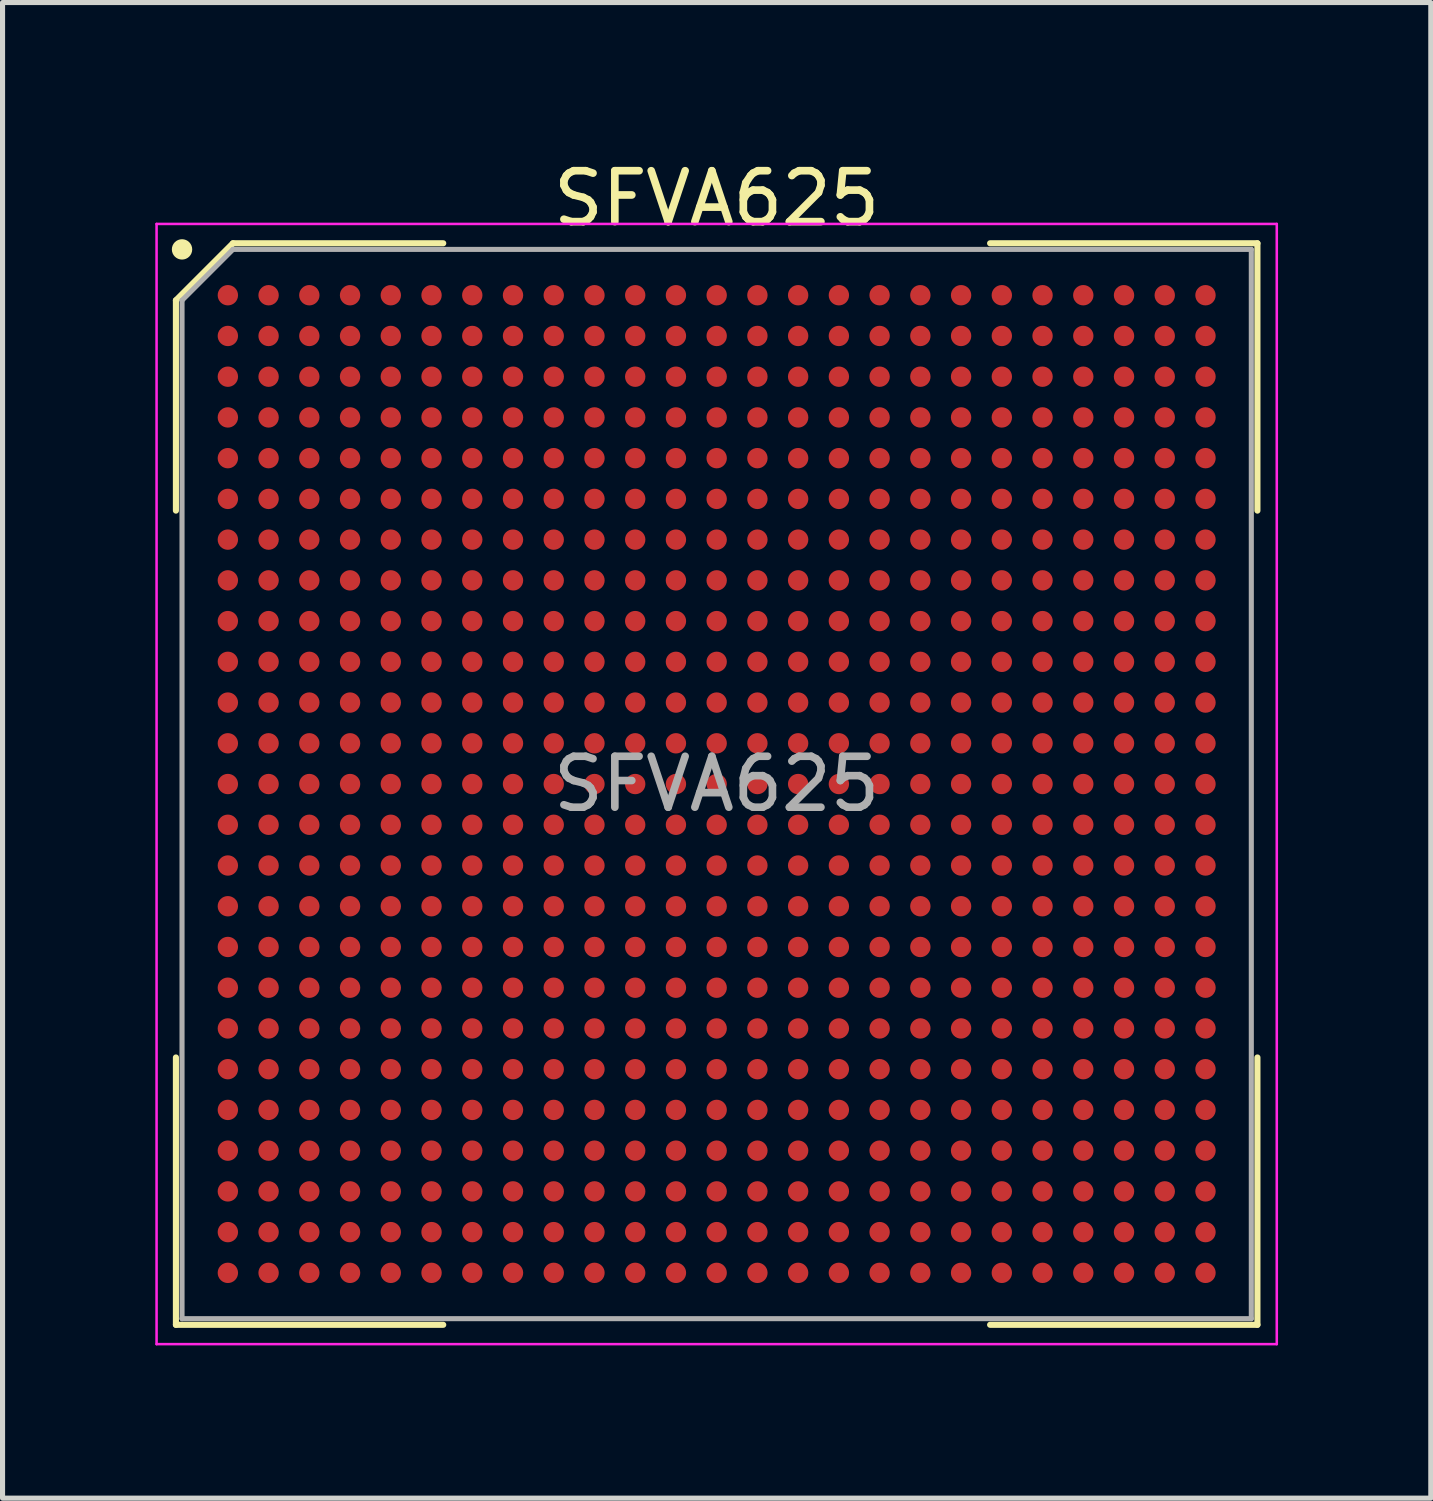
<source format=kicad_pcb>
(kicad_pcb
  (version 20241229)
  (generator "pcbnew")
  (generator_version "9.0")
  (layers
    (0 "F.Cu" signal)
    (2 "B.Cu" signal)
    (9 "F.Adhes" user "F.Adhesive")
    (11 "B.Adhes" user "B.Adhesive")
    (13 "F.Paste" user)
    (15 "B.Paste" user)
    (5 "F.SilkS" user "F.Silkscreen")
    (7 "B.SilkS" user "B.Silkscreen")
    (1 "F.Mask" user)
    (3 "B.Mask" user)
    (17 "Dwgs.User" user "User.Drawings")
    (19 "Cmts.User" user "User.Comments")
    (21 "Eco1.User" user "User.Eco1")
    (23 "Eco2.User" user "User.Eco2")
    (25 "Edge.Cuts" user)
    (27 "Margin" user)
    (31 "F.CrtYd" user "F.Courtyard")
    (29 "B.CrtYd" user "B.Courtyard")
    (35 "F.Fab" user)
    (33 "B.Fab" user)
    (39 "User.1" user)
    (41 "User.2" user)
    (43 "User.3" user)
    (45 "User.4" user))
  (footprint "SFVA625"
    (layer "F.Cu")
    (at 11.025 12.348)
    (property "Reference" "SFVA625" (at 0 -11.5 0) (layer "F.SilkS") (effects (font (size 1 1) (thickness 0.15))))
    (attr smd)
    (fp_line (start -10.62 -9.5) (end -10.62 -5.37) (stroke (width 0.12) (type default)) (layer "F.SilkS"))
    (fp_line (start -10.62 10.62) (end -10.62 5.37) (stroke (width 0.12) (type default)) (layer "F.SilkS"))
    (fp_line (start -9.5 -10.62) (end -10.62 -9.5) (stroke (width 0.12) (type default)) (layer "F.SilkS"))
    (fp_line (start -5.37 -10.62) (end -9.5 -10.62) (stroke (width 0.12) (type default)) (layer "F.SilkS"))
    (fp_line (start -5.37 10.62) (end -10.62 10.62) (stroke (width 0.12) (type default)) (layer "F.SilkS"))
    (fp_line (start 5.37 -10.62) (end 10.62 -10.62) (stroke (width 0.12) (type default)) (layer "F.SilkS"))
    (fp_line (start 5.37 10.62) (end 10.62 10.62) (stroke (width 0.12) (type default)) (layer "F.SilkS"))
    (fp_line (start 10.62 -10.62) (end 10.62 -5.37) (stroke (width 0.12) (type default)) (layer "F.SilkS"))
    (fp_line (start 10.62 10.62) (end 10.62 5.37) (stroke (width 0.12) (type default)) (layer "F.SilkS"))
    (fp_circle (center -10.5 -10.5) (end -10.5 -10.4) (stroke (width 0.2) (type default)) (fill no) (layer "F.SilkS"))
    (fp_line (start -11 -11) (end 11 -11) (stroke (width 0.05) (type default)) (layer "F.CrtYd"))
    (fp_line (start -11 11) (end -11 -11) (stroke (width 0.05) (type default)) (layer "F.CrtYd"))
    (fp_line (start 11 -11) (end 11 11) (stroke (width 0.05) (type default)) (layer "F.CrtYd"))
    (fp_line (start 11 11) (end -11 11) (stroke (width 0.05) (type default)) (layer "F.CrtYd"))
    (fp_line (start -10.5 -9.5) (end -10.5 10.5) (stroke (width 0.1) (type default)) (layer "F.Fab"))
    (fp_line (start -10.5 10.5) (end 10.5 10.5) (stroke (width 0.1) (type default)) (layer "F.Fab"))
    (fp_line (start -9.5 -10.5) (end -10.5 -9.5) (stroke (width 0.1) (type default)) (layer "F.Fab"))
    (fp_line (start 10.5 -10.5) (end -9.5 -10.5) (stroke (width 0.1) (type default)) (layer "F.Fab"))
    (fp_line (start 10.5 10.5) (end 10.5 -10.5) (stroke (width 0.1) (type default)) (layer "F.Fab"))
    (fp_text user "${REFERENCE}" (at 0 0 0) (layer "F.Fab") (effects (font (size 1 1) (thickness 0.15))))
    (pad "A1" smd circle (at -9.6 -9.6) (size 0.4 0.4) (layers "F.Cu" "F.Mask" "F.Paste"))
    (pad "A2" smd circle (at -8.8 -9.6) (size 0.4 0.4) (layers "F.Cu" "F.Mask" "F.Paste"))
    (pad "A3" smd circle (at -8 -9.6) (size 0.4 0.4) (layers "F.Cu" "F.Mask" "F.Paste"))
    (pad "A4" smd circle (at -7.2 -9.6) (size 0.4 0.4) (layers "F.Cu" "F.Mask" "F.Paste"))
    (pad "A5" smd circle (at -6.4 -9.6) (size 0.4 0.4) (layers "F.Cu" "F.Mask" "F.Paste"))
    (pad "A6" smd circle (at -5.6 -9.6) (size 0.4 0.4) (layers "F.Cu" "F.Mask" "F.Paste"))
    (pad "A7" smd circle (at -4.8 -9.6) (size 0.4 0.4) (layers "F.Cu" "F.Mask" "F.Paste"))
    (pad "A8" smd circle (at -4 -9.6) (size 0.4 0.4) (layers "F.Cu" "F.Mask" "F.Paste"))
    (pad "A9" smd circle (at -3.2 -9.6) (size 0.4 0.4) (layers "F.Cu" "F.Mask" "F.Paste"))
    (pad "A10" smd circle (at -2.4 -9.6) (size 0.4 0.4) (layers "F.Cu" "F.Mask" "F.Paste"))
    (pad "A11" smd circle (at -1.6 -9.6) (size 0.4 0.4) (layers "F.Cu" "F.Mask" "F.Paste"))
    (pad "A12" smd circle (at -0.8 -9.6) (size 0.4 0.4) (layers "F.Cu" "F.Mask" "F.Paste"))
    (pad "A13" smd circle (at 0 -9.6) (size 0.4 0.4) (layers "F.Cu" "F.Mask" "F.Paste"))
    (pad "A14" smd circle (at 0.8 -9.6) (size 0.4 0.4) (layers "F.Cu" "F.Mask" "F.Paste"))
    (pad "A15" smd circle (at 1.6 -9.6) (size 0.4 0.4) (layers "F.Cu" "F.Mask" "F.Paste"))
    (pad "A16" smd circle (at 2.4 -9.6) (size 0.4 0.4) (layers "F.Cu" "F.Mask" "F.Paste"))
    (pad "A17" smd circle (at 3.2 -9.6) (size 0.4 0.4) (layers "F.Cu" "F.Mask" "F.Paste"))
    (pad "A18" smd circle (at 4 -9.6) (size 0.4 0.4) (layers "F.Cu" "F.Mask" "F.Paste"))
    (pad "A19" smd circle (at 4.8 -9.6) (size 0.4 0.4) (layers "F.Cu" "F.Mask" "F.Paste"))
    (pad "A20" smd circle (at 5.6 -9.6) (size 0.4 0.4) (layers "F.Cu" "F.Mask" "F.Paste"))
    (pad "A21" smd circle (at 6.4 -9.6) (size 0.4 0.4) (layers "F.Cu" "F.Mask" "F.Paste"))
    (pad "A22" smd circle (at 7.2 -9.6) (size 0.4 0.4) (layers "F.Cu" "F.Mask" "F.Paste"))
    (pad "A23" smd circle (at 8 -9.6) (size 0.4 0.4) (layers "F.Cu" "F.Mask" "F.Paste"))
    (pad "A24" smd circle (at 8.8 -9.6) (size 0.4 0.4) (layers "F.Cu" "F.Mask" "F.Paste"))
    (pad "A25" smd circle (at 9.6 -9.6) (size 0.4 0.4) (layers "F.Cu" "F.Mask" "F.Paste"))
    (pad "AA1" smd circle (at -9.6 6.4) (size 0.4 0.4) (layers "F.Cu" "F.Mask" "F.Paste"))
    (pad "AA2" smd circle (at -8.8 6.4) (size 0.4 0.4) (layers "F.Cu" "F.Mask" "F.Paste"))
    (pad "AA3" smd circle (at -8 6.4) (size 0.4 0.4) (layers "F.Cu" "F.Mask" "F.Paste"))
    (pad "AA4" smd circle (at -7.2 6.4) (size 0.4 0.4) (layers "F.Cu" "F.Mask" "F.Paste"))
    (pad "AA5" smd circle (at -6.4 6.4) (size 0.4 0.4) (layers "F.Cu" "F.Mask" "F.Paste"))
    (pad "AA6" smd circle (at -5.6 6.4) (size 0.4 0.4) (layers "F.Cu" "F.Mask" "F.Paste"))
    (pad "AA7" smd circle (at -4.8 6.4) (size 0.4 0.4) (layers "F.Cu" "F.Mask" "F.Paste"))
    (pad "AA8" smd circle (at -4 6.4) (size 0.4 0.4) (layers "F.Cu" "F.Mask" "F.Paste"))
    (pad "AA9" smd circle (at -3.2 6.4) (size 0.4 0.4) (layers "F.Cu" "F.Mask" "F.Paste"))
    (pad "AA10" smd circle (at -2.4 6.4) (size 0.4 0.4) (layers "F.Cu" "F.Mask" "F.Paste"))
    (pad "AA11" smd circle (at -1.6 6.4) (size 0.4 0.4) (layers "F.Cu" "F.Mask" "F.Paste"))
    (pad "AA12" smd circle (at -0.8 6.4) (size 0.4 0.4) (layers "F.Cu" "F.Mask" "F.Paste"))
    (pad "AA13" smd circle (at 0 6.4) (size 0.4 0.4) (layers "F.Cu" "F.Mask" "F.Paste"))
    (pad "AA14" smd circle (at 0.8 6.4) (size 0.4 0.4) (layers "F.Cu" "F.Mask" "F.Paste"))
    (pad "AA15" smd circle (at 1.6 6.4) (size 0.4 0.4) (layers "F.Cu" "F.Mask" "F.Paste"))
    (pad "AA16" smd circle (at 2.4 6.4) (size 0.4 0.4) (layers "F.Cu" "F.Mask" "F.Paste"))
    (pad "AA17" smd circle (at 3.2 6.4) (size 0.4 0.4) (layers "F.Cu" "F.Mask" "F.Paste"))
    (pad "AA18" smd circle (at 4 6.4) (size 0.4 0.4) (layers "F.Cu" "F.Mask" "F.Paste"))
    (pad "AA19" smd circle (at 4.8 6.4) (size 0.4 0.4) (layers "F.Cu" "F.Mask" "F.Paste"))
    (pad "AA20" smd circle (at 5.6 6.4) (size 0.4 0.4) (layers "F.Cu" "F.Mask" "F.Paste"))
    (pad "AA21" smd circle (at 6.4 6.4) (size 0.4 0.4) (layers "F.Cu" "F.Mask" "F.Paste"))
    (pad "AA22" smd circle (at 7.2 6.4) (size 0.4 0.4) (layers "F.Cu" "F.Mask" "F.Paste"))
    (pad "AA23" smd circle (at 8 6.4) (size 0.4 0.4) (layers "F.Cu" "F.Mask" "F.Paste"))
    (pad "AA24" smd circle (at 8.8 6.4) (size 0.4 0.4) (layers "F.Cu" "F.Mask" "F.Paste"))
    (pad "AA25" smd circle (at 9.6 6.4) (size 0.4 0.4) (layers "F.Cu" "F.Mask" "F.Paste"))
    (pad "AB1" smd circle (at -9.6 7.2) (size 0.4 0.4) (layers "F.Cu" "F.Mask" "F.Paste"))
    (pad "AB2" smd circle (at -8.8 7.2) (size 0.4 0.4) (layers "F.Cu" "F.Mask" "F.Paste"))
    (pad "AB3" smd circle (at -8 7.2) (size 0.4 0.4) (layers "F.Cu" "F.Mask" "F.Paste"))
    (pad "AB4" smd circle (at -7.2 7.2) (size 0.4 0.4) (layers "F.Cu" "F.Mask" "F.Paste"))
    (pad "AB5" smd circle (at -6.4 7.2) (size 0.4 0.4) (layers "F.Cu" "F.Mask" "F.Paste"))
    (pad "AB6" smd circle (at -5.6 7.2) (size 0.4 0.4) (layers "F.Cu" "F.Mask" "F.Paste"))
    (pad "AB7" smd circle (at -4.8 7.2) (size 0.4 0.4) (layers "F.Cu" "F.Mask" "F.Paste"))
    (pad "AB8" smd circle (at -4 7.2) (size 0.4 0.4) (layers "F.Cu" "F.Mask" "F.Paste"))
    (pad "AB9" smd circle (at -3.2 7.2) (size 0.4 0.4) (layers "F.Cu" "F.Mask" "F.Paste"))
    (pad "AB10" smd circle (at -2.4 7.2) (size 0.4 0.4) (layers "F.Cu" "F.Mask" "F.Paste"))
    (pad "AB11" smd circle (at -1.6 7.2) (size 0.4 0.4) (layers "F.Cu" "F.Mask" "F.Paste"))
    (pad "AB12" smd circle (at -0.8 7.2) (size 0.4 0.4) (layers "F.Cu" "F.Mask" "F.Paste"))
    (pad "AB13" smd circle (at 0 7.2) (size 0.4 0.4) (layers "F.Cu" "F.Mask" "F.Paste"))
    (pad "AB14" smd circle (at 0.8 7.2) (size 0.4 0.4) (layers "F.Cu" "F.Mask" "F.Paste"))
    (pad "AB15" smd circle (at 1.6 7.2) (size 0.4 0.4) (layers "F.Cu" "F.Mask" "F.Paste"))
    (pad "AB16" smd circle (at 2.4 7.2) (size 0.4 0.4) (layers "F.Cu" "F.Mask" "F.Paste"))
    (pad "AB17" smd circle (at 3.2 7.2) (size 0.4 0.4) (layers "F.Cu" "F.Mask" "F.Paste"))
    (pad "AB18" smd circle (at 4 7.2) (size 0.4 0.4) (layers "F.Cu" "F.Mask" "F.Paste"))
    (pad "AB19" smd circle (at 4.8 7.2) (size 0.4 0.4) (layers "F.Cu" "F.Mask" "F.Paste"))
    (pad "AB20" smd circle (at 5.6 7.2) (size 0.4 0.4) (layers "F.Cu" "F.Mask" "F.Paste"))
    (pad "AB21" smd circle (at 6.4 7.2) (size 0.4 0.4) (layers "F.Cu" "F.Mask" "F.Paste"))
    (pad "AB22" smd circle (at 7.2 7.2) (size 0.4 0.4) (layers "F.Cu" "F.Mask" "F.Paste"))
    (pad "AB23" smd circle (at 8 7.2) (size 0.4 0.4) (layers "F.Cu" "F.Mask" "F.Paste"))
    (pad "AB24" smd circle (at 8.8 7.2) (size 0.4 0.4) (layers "F.Cu" "F.Mask" "F.Paste"))
    (pad "AB25" smd circle (at 9.6 7.2) (size 0.4 0.4) (layers "F.Cu" "F.Mask" "F.Paste"))
    (pad "AC1" smd circle (at -9.6 8) (size 0.4 0.4) (layers "F.Cu" "F.Mask" "F.Paste"))
    (pad "AC2" smd circle (at -8.8 8) (size 0.4 0.4) (layers "F.Cu" "F.Mask" "F.Paste"))
    (pad "AC3" smd circle (at -8 8) (size 0.4 0.4) (layers "F.Cu" "F.Mask" "F.Paste"))
    (pad "AC4" smd circle (at -7.2 8) (size 0.4 0.4) (layers "F.Cu" "F.Mask" "F.Paste"))
    (pad "AC5" smd circle (at -6.4 8) (size 0.4 0.4) (layers "F.Cu" "F.Mask" "F.Paste"))
    (pad "AC6" smd circle (at -5.6 8) (size 0.4 0.4) (layers "F.Cu" "F.Mask" "F.Paste"))
    (pad "AC7" smd circle (at -4.8 8) (size 0.4 0.4) (layers "F.Cu" "F.Mask" "F.Paste"))
    (pad "AC8" smd circle (at -4 8) (size 0.4 0.4) (layers "F.Cu" "F.Mask" "F.Paste"))
    (pad "AC9" smd circle (at -3.2 8) (size 0.4 0.4) (layers "F.Cu" "F.Mask" "F.Paste"))
    (pad "AC10" smd circle (at -2.4 8) (size 0.4 0.4) (layers "F.Cu" "F.Mask" "F.Paste"))
    (pad "AC11" smd circle (at -1.6 8) (size 0.4 0.4) (layers "F.Cu" "F.Mask" "F.Paste"))
    (pad "AC12" smd circle (at -0.8 8) (size 0.4 0.4) (layers "F.Cu" "F.Mask" "F.Paste"))
    (pad "AC13" smd circle (at 0 8) (size 0.4 0.4) (layers "F.Cu" "F.Mask" "F.Paste"))
    (pad "AC14" smd circle (at 0.8 8) (size 0.4 0.4) (layers "F.Cu" "F.Mask" "F.Paste"))
    (pad "AC15" smd circle (at 1.6 8) (size 0.4 0.4) (layers "F.Cu" "F.Mask" "F.Paste"))
    (pad "AC16" smd circle (at 2.4 8) (size 0.4 0.4) (layers "F.Cu" "F.Mask" "F.Paste"))
    (pad "AC17" smd circle (at 3.2 8) (size 0.4 0.4) (layers "F.Cu" "F.Mask" "F.Paste"))
    (pad "AC18" smd circle (at 4 8) (size 0.4 0.4) (layers "F.Cu" "F.Mask" "F.Paste"))
    (pad "AC19" smd circle (at 4.8 8) (size 0.4 0.4) (layers "F.Cu" "F.Mask" "F.Paste"))
    (pad "AC20" smd circle (at 5.6 8) (size 0.4 0.4) (layers "F.Cu" "F.Mask" "F.Paste"))
    (pad "AC21" smd circle (at 6.4 8) (size 0.4 0.4) (layers "F.Cu" "F.Mask" "F.Paste"))
    (pad "AC22" smd circle (at 7.2 8) (size 0.4 0.4) (layers "F.Cu" "F.Mask" "F.Paste"))
    (pad "AC23" smd circle (at 8 8) (size 0.4 0.4) (layers "F.Cu" "F.Mask" "F.Paste"))
    (pad "AC24" smd circle (at 8.8 8) (size 0.4 0.4) (layers "F.Cu" "F.Mask" "F.Paste"))
    (pad "AC25" smd circle (at 9.6 8) (size 0.4 0.4) (layers "F.Cu" "F.Mask" "F.Paste"))
    (pad "AD1" smd circle (at -9.6 8.8) (size 0.4 0.4) (layers "F.Cu" "F.Mask" "F.Paste"))
    (pad "AD2" smd circle (at -8.8 8.8) (size 0.4 0.4) (layers "F.Cu" "F.Mask" "F.Paste"))
    (pad "AD3" smd circle (at -8 8.8) (size 0.4 0.4) (layers "F.Cu" "F.Mask" "F.Paste"))
    (pad "AD4" smd circle (at -7.2 8.8) (size 0.4 0.4) (layers "F.Cu" "F.Mask" "F.Paste"))
    (pad "AD5" smd circle (at -6.4 8.8) (size 0.4 0.4) (layers "F.Cu" "F.Mask" "F.Paste"))
    (pad "AD6" smd circle (at -5.6 8.8) (size 0.4 0.4) (layers "F.Cu" "F.Mask" "F.Paste"))
    (pad "AD7" smd circle (at -4.8 8.8) (size 0.4 0.4) (layers "F.Cu" "F.Mask" "F.Paste"))
    (pad "AD8" smd circle (at -4 8.8) (size 0.4 0.4) (layers "F.Cu" "F.Mask" "F.Paste"))
    (pad "AD9" smd circle (at -3.2 8.8) (size 0.4 0.4) (layers "F.Cu" "F.Mask" "F.Paste"))
    (pad "AD10" smd circle (at -2.4 8.8) (size 0.4 0.4) (layers "F.Cu" "F.Mask" "F.Paste"))
    (pad "AD11" smd circle (at -1.6 8.8) (size 0.4 0.4) (layers "F.Cu" "F.Mask" "F.Paste"))
    (pad "AD12" smd circle (at -0.8 8.8) (size 0.4 0.4) (layers "F.Cu" "F.Mask" "F.Paste"))
    (pad "AD13" smd circle (at 0 8.8) (size 0.4 0.4) (layers "F.Cu" "F.Mask" "F.Paste"))
    (pad "AD14" smd circle (at 0.8 8.8) (size 0.4 0.4) (layers "F.Cu" "F.Mask" "F.Paste"))
    (pad "AD15" smd circle (at 1.6 8.8) (size 0.4 0.4) (layers "F.Cu" "F.Mask" "F.Paste"))
    (pad "AD16" smd circle (at 2.4 8.8) (size 0.4 0.4) (layers "F.Cu" "F.Mask" "F.Paste"))
    (pad "AD17" smd circle (at 3.2 8.8) (size 0.4 0.4) (layers "F.Cu" "F.Mask" "F.Paste"))
    (pad "AD18" smd circle (at 4 8.8) (size 0.4 0.4) (layers "F.Cu" "F.Mask" "F.Paste"))
    (pad "AD19" smd circle (at 4.8 8.8) (size 0.4 0.4) (layers "F.Cu" "F.Mask" "F.Paste"))
    (pad "AD20" smd circle (at 5.6 8.8) (size 0.4 0.4) (layers "F.Cu" "F.Mask" "F.Paste"))
    (pad "AD21" smd circle (at 6.4 8.8) (size 0.4 0.4) (layers "F.Cu" "F.Mask" "F.Paste"))
    (pad "AD22" smd circle (at 7.2 8.8) (size 0.4 0.4) (layers "F.Cu" "F.Mask" "F.Paste"))
    (pad "AD23" smd circle (at 8 8.8) (size 0.4 0.4) (layers "F.Cu" "F.Mask" "F.Paste"))
    (pad "AD24" smd circle (at 8.8 8.8) (size 0.4 0.4) (layers "F.Cu" "F.Mask" "F.Paste"))
    (pad "AD25" smd circle (at 9.6 8.8) (size 0.4 0.4) (layers "F.Cu" "F.Mask" "F.Paste"))
    (pad "AE1" smd circle (at -9.6 9.6) (size 0.4 0.4) (layers "F.Cu" "F.Mask" "F.Paste"))
    (pad "AE2" smd circle (at -8.8 9.6) (size 0.4 0.4) (layers "F.Cu" "F.Mask" "F.Paste"))
    (pad "AE3" smd circle (at -8 9.6) (size 0.4 0.4) (layers "F.Cu" "F.Mask" "F.Paste"))
    (pad "AE4" smd circle (at -7.2 9.6) (size 0.4 0.4) (layers "F.Cu" "F.Mask" "F.Paste"))
    (pad "AE5" smd circle (at -6.4 9.6) (size 0.4 0.4) (layers "F.Cu" "F.Mask" "F.Paste"))
    (pad "AE6" smd circle (at -5.6 9.6) (size 0.4 0.4) (layers "F.Cu" "F.Mask" "F.Paste"))
    (pad "AE7" smd circle (at -4.8 9.6) (size 0.4 0.4) (layers "F.Cu" "F.Mask" "F.Paste"))
    (pad "AE8" smd circle (at -4 9.6) (size 0.4 0.4) (layers "F.Cu" "F.Mask" "F.Paste"))
    (pad "AE9" smd circle (at -3.2 9.6) (size 0.4 0.4) (layers "F.Cu" "F.Mask" "F.Paste"))
    (pad "AE10" smd circle (at -2.4 9.6) (size 0.4 0.4) (layers "F.Cu" "F.Mask" "F.Paste"))
    (pad "AE11" smd circle (at -1.6 9.6) (size 0.4 0.4) (layers "F.Cu" "F.Mask" "F.Paste"))
    (pad "AE12" smd circle (at -0.8 9.6) (size 0.4 0.4) (layers "F.Cu" "F.Mask" "F.Paste"))
    (pad "AE13" smd circle (at 0 9.6) (size 0.4 0.4) (layers "F.Cu" "F.Mask" "F.Paste"))
    (pad "AE14" smd circle (at 0.8 9.6) (size 0.4 0.4) (layers "F.Cu" "F.Mask" "F.Paste"))
    (pad "AE15" smd circle (at 1.6 9.6) (size 0.4 0.4) (layers "F.Cu" "F.Mask" "F.Paste"))
    (pad "AE16" smd circle (at 2.4 9.6) (size 0.4 0.4) (layers "F.Cu" "F.Mask" "F.Paste"))
    (pad "AE17" smd circle (at 3.2 9.6) (size 0.4 0.4) (layers "F.Cu" "F.Mask" "F.Paste"))
    (pad "AE18" smd circle (at 4 9.6) (size 0.4 0.4) (layers "F.Cu" "F.Mask" "F.Paste"))
    (pad "AE19" smd circle (at 4.8 9.6) (size 0.4 0.4) (layers "F.Cu" "F.Mask" "F.Paste"))
    (pad "AE20" smd circle (at 5.6 9.6) (size 0.4 0.4) (layers "F.Cu" "F.Mask" "F.Paste"))
    (pad "AE21" smd circle (at 6.4 9.6) (size 0.4 0.4) (layers "F.Cu" "F.Mask" "F.Paste"))
    (pad "AE22" smd circle (at 7.2 9.6) (size 0.4 0.4) (layers "F.Cu" "F.Mask" "F.Paste"))
    (pad "AE23" smd circle (at 8 9.6) (size 0.4 0.4) (layers "F.Cu" "F.Mask" "F.Paste"))
    (pad "AE24" smd circle (at 8.8 9.6) (size 0.4 0.4) (layers "F.Cu" "F.Mask" "F.Paste"))
    (pad "AE25" smd circle (at 9.6 9.6) (size 0.4 0.4) (layers "F.Cu" "F.Mask" "F.Paste"))
    (pad "B1" smd circle (at -9.6 -8.8) (size 0.4 0.4) (layers "F.Cu" "F.Mask" "F.Paste"))
    (pad "B2" smd circle (at -8.8 -8.8) (size 0.4 0.4) (layers "F.Cu" "F.Mask" "F.Paste"))
    (pad "B3" smd circle (at -8 -8.8) (size 0.4 0.4) (layers "F.Cu" "F.Mask" "F.Paste"))
    (pad "B4" smd circle (at -7.2 -8.8) (size 0.4 0.4) (layers "F.Cu" "F.Mask" "F.Paste"))
    (pad "B5" smd circle (at -6.4 -8.8) (size 0.4 0.4) (layers "F.Cu" "F.Mask" "F.Paste"))
    (pad "B6" smd circle (at -5.6 -8.8) (size 0.4 0.4) (layers "F.Cu" "F.Mask" "F.Paste"))
    (pad "B7" smd circle (at -4.8 -8.8) (size 0.4 0.4) (layers "F.Cu" "F.Mask" "F.Paste"))
    (pad "B8" smd circle (at -4 -8.8) (size 0.4 0.4) (layers "F.Cu" "F.Mask" "F.Paste"))
    (pad "B9" smd circle (at -3.2 -8.8) (size 0.4 0.4) (layers "F.Cu" "F.Mask" "F.Paste"))
    (pad "B10" smd circle (at -2.4 -8.8) (size 0.4 0.4) (layers "F.Cu" "F.Mask" "F.Paste"))
    (pad "B11" smd circle (at -1.6 -8.8) (size 0.4 0.4) (layers "F.Cu" "F.Mask" "F.Paste"))
    (pad "B12" smd circle (at -0.8 -8.8) (size 0.4 0.4) (layers "F.Cu" "F.Mask" "F.Paste"))
    (pad "B13" smd circle (at 0 -8.8) (size 0.4 0.4) (layers "F.Cu" "F.Mask" "F.Paste"))
    (pad "B14" smd circle (at 0.8 -8.8) (size 0.4 0.4) (layers "F.Cu" "F.Mask" "F.Paste"))
    (pad "B15" smd circle (at 1.6 -8.8) (size 0.4 0.4) (layers "F.Cu" "F.Mask" "F.Paste"))
    (pad "B16" smd circle (at 2.4 -8.8) (size 0.4 0.4) (layers "F.Cu" "F.Mask" "F.Paste"))
    (pad "B17" smd circle (at 3.2 -8.8) (size 0.4 0.4) (layers "F.Cu" "F.Mask" "F.Paste"))
    (pad "B18" smd circle (at 4 -8.8) (size 0.4 0.4) (layers "F.Cu" "F.Mask" "F.Paste"))
    (pad "B19" smd circle (at 4.8 -8.8) (size 0.4 0.4) (layers "F.Cu" "F.Mask" "F.Paste"))
    (pad "B20" smd circle (at 5.6 -8.8) (size 0.4 0.4) (layers "F.Cu" "F.Mask" "F.Paste"))
    (pad "B21" smd circle (at 6.4 -8.8) (size 0.4 0.4) (layers "F.Cu" "F.Mask" "F.Paste"))
    (pad "B22" smd circle (at 7.2 -8.8) (size 0.4 0.4) (layers "F.Cu" "F.Mask" "F.Paste"))
    (pad "B23" smd circle (at 8 -8.8) (size 0.4 0.4) (layers "F.Cu" "F.Mask" "F.Paste"))
    (pad "B24" smd circle (at 8.8 -8.8) (size 0.4 0.4) (layers "F.Cu" "F.Mask" "F.Paste"))
    (pad "B25" smd circle (at 9.6 -8.8) (size 0.4 0.4) (layers "F.Cu" "F.Mask" "F.Paste"))
    (pad "C1" smd circle (at -9.6 -8) (size 0.4 0.4) (layers "F.Cu" "F.Mask" "F.Paste"))
    (pad "C2" smd circle (at -8.8 -8) (size 0.4 0.4) (layers "F.Cu" "F.Mask" "F.Paste"))
    (pad "C3" smd circle (at -8 -8) (size 0.4 0.4) (layers "F.Cu" "F.Mask" "F.Paste"))
    (pad "C4" smd circle (at -7.2 -8) (size 0.4 0.4) (layers "F.Cu" "F.Mask" "F.Paste"))
    (pad "C5" smd circle (at -6.4 -8) (size 0.4 0.4) (layers "F.Cu" "F.Mask" "F.Paste"))
    (pad "C6" smd circle (at -5.6 -8) (size 0.4 0.4) (layers "F.Cu" "F.Mask" "F.Paste"))
    (pad "C7" smd circle (at -4.8 -8) (size 0.4 0.4) (layers "F.Cu" "F.Mask" "F.Paste"))
    (pad "C8" smd circle (at -4 -8) (size 0.4 0.4) (layers "F.Cu" "F.Mask" "F.Paste"))
    (pad "C9" smd circle (at -3.2 -8) (size 0.4 0.4) (layers "F.Cu" "F.Mask" "F.Paste"))
    (pad "C10" smd circle (at -2.4 -8) (size 0.4 0.4) (layers "F.Cu" "F.Mask" "F.Paste"))
    (pad "C11" smd circle (at -1.6 -8) (size 0.4 0.4) (layers "F.Cu" "F.Mask" "F.Paste"))
    (pad "C12" smd circle (at -0.8 -8) (size 0.4 0.4) (layers "F.Cu" "F.Mask" "F.Paste"))
    (pad "C13" smd circle (at 0 -8) (size 0.4 0.4) (layers "F.Cu" "F.Mask" "F.Paste"))
    (pad "C14" smd circle (at 0.8 -8) (size 0.4 0.4) (layers "F.Cu" "F.Mask" "F.Paste"))
    (pad "C15" smd circle (at 1.6 -8) (size 0.4 0.4) (layers "F.Cu" "F.Mask" "F.Paste"))
    (pad "C16" smd circle (at 2.4 -8) (size 0.4 0.4) (layers "F.Cu" "F.Mask" "F.Paste"))
    (pad "C17" smd circle (at 3.2 -8) (size 0.4 0.4) (layers "F.Cu" "F.Mask" "F.Paste"))
    (pad "C18" smd circle (at 4 -8) (size 0.4 0.4) (layers "F.Cu" "F.Mask" "F.Paste"))
    (pad "C19" smd circle (at 4.8 -8) (size 0.4 0.4) (layers "F.Cu" "F.Mask" "F.Paste"))
    (pad "C20" smd circle (at 5.6 -8) (size 0.4 0.4) (layers "F.Cu" "F.Mask" "F.Paste"))
    (pad "C21" smd circle (at 6.4 -8) (size 0.4 0.4) (layers "F.Cu" "F.Mask" "F.Paste"))
    (pad "C22" smd circle (at 7.2 -8) (size 0.4 0.4) (layers "F.Cu" "F.Mask" "F.Paste"))
    (pad "C23" smd circle (at 8 -8) (size 0.4 0.4) (layers "F.Cu" "F.Mask" "F.Paste"))
    (pad "C24" smd circle (at 8.8 -8) (size 0.4 0.4) (layers "F.Cu" "F.Mask" "F.Paste"))
    (pad "C25" smd circle (at 9.6 -8) (size 0.4 0.4) (layers "F.Cu" "F.Mask" "F.Paste"))
    (pad "D1" smd circle (at -9.6 -7.2) (size 0.4 0.4) (layers "F.Cu" "F.Mask" "F.Paste"))
    (pad "D2" smd circle (at -8.8 -7.2) (size 0.4 0.4) (layers "F.Cu" "F.Mask" "F.Paste"))
    (pad "D3" smd circle (at -8 -7.2) (size 0.4 0.4) (layers "F.Cu" "F.Mask" "F.Paste"))
    (pad "D4" smd circle (at -7.2 -7.2) (size 0.4 0.4) (layers "F.Cu" "F.Mask" "F.Paste"))
    (pad "D5" smd circle (at -6.4 -7.2) (size 0.4 0.4) (layers "F.Cu" "F.Mask" "F.Paste"))
    (pad "D6" smd circle (at -5.6 -7.2) (size 0.4 0.4) (layers "F.Cu" "F.Mask" "F.Paste"))
    (pad "D7" smd circle (at -4.8 -7.2) (size 0.4 0.4) (layers "F.Cu" "F.Mask" "F.Paste"))
    (pad "D8" smd circle (at -4 -7.2) (size 0.4 0.4) (layers "F.Cu" "F.Mask" "F.Paste"))
    (pad "D9" smd circle (at -3.2 -7.2) (size 0.4 0.4) (layers "F.Cu" "F.Mask" "F.Paste"))
    (pad "D10" smd circle (at -2.4 -7.2) (size 0.4 0.4) (layers "F.Cu" "F.Mask" "F.Paste"))
    (pad "D11" smd circle (at -1.6 -7.2) (size 0.4 0.4) (layers "F.Cu" "F.Mask" "F.Paste"))
    (pad "D12" smd circle (at -0.8 -7.2) (size 0.4 0.4) (layers "F.Cu" "F.Mask" "F.Paste"))
    (pad "D13" smd circle (at 0 -7.2) (size 0.4 0.4) (layers "F.Cu" "F.Mask" "F.Paste"))
    (pad "D14" smd circle (at 0.8 -7.2) (size 0.4 0.4) (layers "F.Cu" "F.Mask" "F.Paste"))
    (pad "D15" smd circle (at 1.6 -7.2) (size 0.4 0.4) (layers "F.Cu" "F.Mask" "F.Paste"))
    (pad "D16" smd circle (at 2.4 -7.2) (size 0.4 0.4) (layers "F.Cu" "F.Mask" "F.Paste"))
    (pad "D17" smd circle (at 3.2 -7.2) (size 0.4 0.4) (layers "F.Cu" "F.Mask" "F.Paste"))
    (pad "D18" smd circle (at 4 -7.2) (size 0.4 0.4) (layers "F.Cu" "F.Mask" "F.Paste"))
    (pad "D19" smd circle (at 4.8 -7.2) (size 0.4 0.4) (layers "F.Cu" "F.Mask" "F.Paste"))
    (pad "D20" smd circle (at 5.6 -7.2) (size 0.4 0.4) (layers "F.Cu" "F.Mask" "F.Paste"))
    (pad "D21" smd circle (at 6.4 -7.2) (size 0.4 0.4) (layers "F.Cu" "F.Mask" "F.Paste"))
    (pad "D22" smd circle (at 7.2 -7.2) (size 0.4 0.4) (layers "F.Cu" "F.Mask" "F.Paste"))
    (pad "D23" smd circle (at 8 -7.2) (size 0.4 0.4) (layers "F.Cu" "F.Mask" "F.Paste"))
    (pad "D24" smd circle (at 8.8 -7.2) (size 0.4 0.4) (layers "F.Cu" "F.Mask" "F.Paste"))
    (pad "D25" smd circle (at 9.6 -7.2) (size 0.4 0.4) (layers "F.Cu" "F.Mask" "F.Paste"))
    (pad "E1" smd circle (at -9.6 -6.4) (size 0.4 0.4) (layers "F.Cu" "F.Mask" "F.Paste"))
    (pad "E2" smd circle (at -8.8 -6.4) (size 0.4 0.4) (layers "F.Cu" "F.Mask" "F.Paste"))
    (pad "E3" smd circle (at -8 -6.4) (size 0.4 0.4) (layers "F.Cu" "F.Mask" "F.Paste"))
    (pad "E4" smd circle (at -7.2 -6.4) (size 0.4 0.4) (layers "F.Cu" "F.Mask" "F.Paste"))
    (pad "E5" smd circle (at -6.4 -6.4) (size 0.4 0.4) (layers "F.Cu" "F.Mask" "F.Paste"))
    (pad "E6" smd circle (at -5.6 -6.4) (size 0.4 0.4) (layers "F.Cu" "F.Mask" "F.Paste"))
    (pad "E7" smd circle (at -4.8 -6.4) (size 0.4 0.4) (layers "F.Cu" "F.Mask" "F.Paste"))
    (pad "E8" smd circle (at -4 -6.4) (size 0.4 0.4) (layers "F.Cu" "F.Mask" "F.Paste"))
    (pad "E9" smd circle (at -3.2 -6.4) (size 0.4 0.4) (layers "F.Cu" "F.Mask" "F.Paste"))
    (pad "E10" smd circle (at -2.4 -6.4) (size 0.4 0.4) (layers "F.Cu" "F.Mask" "F.Paste"))
    (pad "E11" smd circle (at -1.6 -6.4) (size 0.4 0.4) (layers "F.Cu" "F.Mask" "F.Paste"))
    (pad "E12" smd circle (at -0.8 -6.4) (size 0.4 0.4) (layers "F.Cu" "F.Mask" "F.Paste"))
    (pad "E13" smd circle (at 0 -6.4) (size 0.4 0.4) (layers "F.Cu" "F.Mask" "F.Paste"))
    (pad "E14" smd circle (at 0.8 -6.4) (size 0.4 0.4) (layers "F.Cu" "F.Mask" "F.Paste"))
    (pad "E15" smd circle (at 1.6 -6.4) (size 0.4 0.4) (layers "F.Cu" "F.Mask" "F.Paste"))
    (pad "E16" smd circle (at 2.4 -6.4) (size 0.4 0.4) (layers "F.Cu" "F.Mask" "F.Paste"))
    (pad "E17" smd circle (at 3.2 -6.4) (size 0.4 0.4) (layers "F.Cu" "F.Mask" "F.Paste"))
    (pad "E18" smd circle (at 4 -6.4) (size 0.4 0.4) (layers "F.Cu" "F.Mask" "F.Paste"))
    (pad "E19" smd circle (at 4.8 -6.4) (size 0.4 0.4) (layers "F.Cu" "F.Mask" "F.Paste"))
    (pad "E20" smd circle (at 5.6 -6.4) (size 0.4 0.4) (layers "F.Cu" "F.Mask" "F.Paste"))
    (pad "E21" smd circle (at 6.4 -6.4) (size 0.4 0.4) (layers "F.Cu" "F.Mask" "F.Paste"))
    (pad "E22" smd circle (at 7.2 -6.4) (size 0.4 0.4) (layers "F.Cu" "F.Mask" "F.Paste"))
    (pad "E23" smd circle (at 8 -6.4) (size 0.4 0.4) (layers "F.Cu" "F.Mask" "F.Paste"))
    (pad "E24" smd circle (at 8.8 -6.4) (size 0.4 0.4) (layers "F.Cu" "F.Mask" "F.Paste"))
    (pad "E25" smd circle (at 9.6 -6.4) (size 0.4 0.4) (layers "F.Cu" "F.Mask" "F.Paste"))
    (pad "F1" smd circle (at -9.6 -5.6) (size 0.4 0.4) (layers "F.Cu" "F.Mask" "F.Paste"))
    (pad "F2" smd circle (at -8.8 -5.6) (size 0.4 0.4) (layers "F.Cu" "F.Mask" "F.Paste"))
    (pad "F3" smd circle (at -8 -5.6) (size 0.4 0.4) (layers "F.Cu" "F.Mask" "F.Paste"))
    (pad "F4" smd circle (at -7.2 -5.6) (size 0.4 0.4) (layers "F.Cu" "F.Mask" "F.Paste"))
    (pad "F5" smd circle (at -6.4 -5.6) (size 0.4 0.4) (layers "F.Cu" "F.Mask" "F.Paste"))
    (pad "F6" smd circle (at -5.6 -5.6) (size 0.4 0.4) (layers "F.Cu" "F.Mask" "F.Paste"))
    (pad "F7" smd circle (at -4.8 -5.6) (size 0.4 0.4) (layers "F.Cu" "F.Mask" "F.Paste"))
    (pad "F8" smd circle (at -4 -5.6) (size 0.4 0.4) (layers "F.Cu" "F.Mask" "F.Paste"))
    (pad "F9" smd circle (at -3.2 -5.6) (size 0.4 0.4) (layers "F.Cu" "F.Mask" "F.Paste"))
    (pad "F10" smd circle (at -2.4 -5.6) (size 0.4 0.4) (layers "F.Cu" "F.Mask" "F.Paste"))
    (pad "F11" smd circle (at -1.6 -5.6) (size 0.4 0.4) (layers "F.Cu" "F.Mask" "F.Paste"))
    (pad "F12" smd circle (at -0.8 -5.6) (size 0.4 0.4) (layers "F.Cu" "F.Mask" "F.Paste"))
    (pad "F13" smd circle (at 0 -5.6) (size 0.4 0.4) (layers "F.Cu" "F.Mask" "F.Paste"))
    (pad "F14" smd circle (at 0.8 -5.6) (size 0.4 0.4) (layers "F.Cu" "F.Mask" "F.Paste"))
    (pad "F15" smd circle (at 1.6 -5.6) (size 0.4 0.4) (layers "F.Cu" "F.Mask" "F.Paste"))
    (pad "F16" smd circle (at 2.4 -5.6) (size 0.4 0.4) (layers "F.Cu" "F.Mask" "F.Paste"))
    (pad "F17" smd circle (at 3.2 -5.6) (size 0.4 0.4) (layers "F.Cu" "F.Mask" "F.Paste"))
    (pad "F18" smd circle (at 4 -5.6) (size 0.4 0.4) (layers "F.Cu" "F.Mask" "F.Paste"))
    (pad "F19" smd circle (at 4.8 -5.6) (size 0.4 0.4) (layers "F.Cu" "F.Mask" "F.Paste"))
    (pad "F20" smd circle (at 5.6 -5.6) (size 0.4 0.4) (layers "F.Cu" "F.Mask" "F.Paste"))
    (pad "F21" smd circle (at 6.4 -5.6) (size 0.4 0.4) (layers "F.Cu" "F.Mask" "F.Paste"))
    (pad "F22" smd circle (at 7.2 -5.6) (size 0.4 0.4) (layers "F.Cu" "F.Mask" "F.Paste"))
    (pad "F23" smd circle (at 8 -5.6) (size 0.4 0.4) (layers "F.Cu" "F.Mask" "F.Paste"))
    (pad "F24" smd circle (at 8.8 -5.6) (size 0.4 0.4) (layers "F.Cu" "F.Mask" "F.Paste"))
    (pad "F25" smd circle (at 9.6 -5.6) (size 0.4 0.4) (layers "F.Cu" "F.Mask" "F.Paste"))
    (pad "G1" smd circle (at -9.6 -4.8) (size 0.4 0.4) (layers "F.Cu" "F.Mask" "F.Paste"))
    (pad "G2" smd circle (at -8.8 -4.8) (size 0.4 0.4) (layers "F.Cu" "F.Mask" "F.Paste"))
    (pad "G3" smd circle (at -8 -4.8) (size 0.4 0.4) (layers "F.Cu" "F.Mask" "F.Paste"))
    (pad "G4" smd circle (at -7.2 -4.8) (size 0.4 0.4) (layers "F.Cu" "F.Mask" "F.Paste"))
    (pad "G5" smd circle (at -6.4 -4.8) (size 0.4 0.4) (layers "F.Cu" "F.Mask" "F.Paste"))
    (pad "G6" smd circle (at -5.6 -4.8) (size 0.4 0.4) (layers "F.Cu" "F.Mask" "F.Paste"))
    (pad "G7" smd circle (at -4.8 -4.8) (size 0.4 0.4) (layers "F.Cu" "F.Mask" "F.Paste"))
    (pad "G8" smd circle (at -4 -4.8) (size 0.4 0.4) (layers "F.Cu" "F.Mask" "F.Paste"))
    (pad "G9" smd circle (at -3.2 -4.8) (size 0.4 0.4) (layers "F.Cu" "F.Mask" "F.Paste"))
    (pad "G10" smd circle (at -2.4 -4.8) (size 0.4 0.4) (layers "F.Cu" "F.Mask" "F.Paste"))
    (pad "G11" smd circle (at -1.6 -4.8) (size 0.4 0.4) (layers "F.Cu" "F.Mask" "F.Paste"))
    (pad "G12" smd circle (at -0.8 -4.8) (size 0.4 0.4) (layers "F.Cu" "F.Mask" "F.Paste"))
    (pad "G13" smd circle (at 0 -4.8) (size 0.4 0.4) (layers "F.Cu" "F.Mask" "F.Paste"))
    (pad "G14" smd circle (at 0.8 -4.8) (size 0.4 0.4) (layers "F.Cu" "F.Mask" "F.Paste"))
    (pad "G15" smd circle (at 1.6 -4.8) (size 0.4 0.4) (layers "F.Cu" "F.Mask" "F.Paste"))
    (pad "G16" smd circle (at 2.4 -4.8) (size 0.4 0.4) (layers "F.Cu" "F.Mask" "F.Paste"))
    (pad "G17" smd circle (at 3.2 -4.8) (size 0.4 0.4) (layers "F.Cu" "F.Mask" "F.Paste"))
    (pad "G18" smd circle (at 4 -4.8) (size 0.4 0.4) (layers "F.Cu" "F.Mask" "F.Paste"))
    (pad "G19" smd circle (at 4.8 -4.8) (size 0.4 0.4) (layers "F.Cu" "F.Mask" "F.Paste"))
    (pad "G20" smd circle (at 5.6 -4.8) (size 0.4 0.4) (layers "F.Cu" "F.Mask" "F.Paste"))
    (pad "G21" smd circle (at 6.4 -4.8) (size 0.4 0.4) (layers "F.Cu" "F.Mask" "F.Paste"))
    (pad "G22" smd circle (at 7.2 -4.8) (size 0.4 0.4) (layers "F.Cu" "F.Mask" "F.Paste"))
    (pad "G23" smd circle (at 8 -4.8) (size 0.4 0.4) (layers "F.Cu" "F.Mask" "F.Paste"))
    (pad "G24" smd circle (at 8.8 -4.8) (size 0.4 0.4) (layers "F.Cu" "F.Mask" "F.Paste"))
    (pad "G25" smd circle (at 9.6 -4.8) (size 0.4 0.4) (layers "F.Cu" "F.Mask" "F.Paste"))
    (pad "H1" smd circle (at -9.6 -4) (size 0.4 0.4) (layers "F.Cu" "F.Mask" "F.Paste"))
    (pad "H2" smd circle (at -8.8 -4) (size 0.4 0.4) (layers "F.Cu" "F.Mask" "F.Paste"))
    (pad "H3" smd circle (at -8 -4) (size 0.4 0.4) (layers "F.Cu" "F.Mask" "F.Paste"))
    (pad "H4" smd circle (at -7.2 -4) (size 0.4 0.4) (layers "F.Cu" "F.Mask" "F.Paste"))
    (pad "H5" smd circle (at -6.4 -4) (size 0.4 0.4) (layers "F.Cu" "F.Mask" "F.Paste"))
    (pad "H6" smd circle (at -5.6 -4) (size 0.4 0.4) (layers "F.Cu" "F.Mask" "F.Paste"))
    (pad "H7" smd circle (at -4.8 -4) (size 0.4 0.4) (layers "F.Cu" "F.Mask" "F.Paste"))
    (pad "H8" smd circle (at -4 -4) (size 0.4 0.4) (layers "F.Cu" "F.Mask" "F.Paste"))
    (pad "H9" smd circle (at -3.2 -4) (size 0.4 0.4) (layers "F.Cu" "F.Mask" "F.Paste"))
    (pad "H10" smd circle (at -2.4 -4) (size 0.4 0.4) (layers "F.Cu" "F.Mask" "F.Paste"))
    (pad "H11" smd circle (at -1.6 -4) (size 0.4 0.4) (layers "F.Cu" "F.Mask" "F.Paste"))
    (pad "H12" smd circle (at -0.8 -4) (size 0.4 0.4) (layers "F.Cu" "F.Mask" "F.Paste"))
    (pad "H13" smd circle (at 0 -4) (size 0.4 0.4) (layers "F.Cu" "F.Mask" "F.Paste"))
    (pad "H14" smd circle (at 0.8 -4) (size 0.4 0.4) (layers "F.Cu" "F.Mask" "F.Paste"))
    (pad "H15" smd circle (at 1.6 -4) (size 0.4 0.4) (layers "F.Cu" "F.Mask" "F.Paste"))
    (pad "H16" smd circle (at 2.4 -4) (size 0.4 0.4) (layers "F.Cu" "F.Mask" "F.Paste"))
    (pad "H17" smd circle (at 3.2 -4) (size 0.4 0.4) (layers "F.Cu" "F.Mask" "F.Paste"))
    (pad "H18" smd circle (at 4 -4) (size 0.4 0.4) (layers "F.Cu" "F.Mask" "F.Paste"))
    (pad "H19" smd circle (at 4.8 -4) (size 0.4 0.4) (layers "F.Cu" "F.Mask" "F.Paste"))
    (pad "H20" smd circle (at 5.6 -4) (size 0.4 0.4) (layers "F.Cu" "F.Mask" "F.Paste"))
    (pad "H21" smd circle (at 6.4 -4) (size 0.4 0.4) (layers "F.Cu" "F.Mask" "F.Paste"))
    (pad "H22" smd circle (at 7.2 -4) (size 0.4 0.4) (layers "F.Cu" "F.Mask" "F.Paste"))
    (pad "H23" smd circle (at 8 -4) (size 0.4 0.4) (layers "F.Cu" "F.Mask" "F.Paste"))
    (pad "H24" smd circle (at 8.8 -4) (size 0.4 0.4) (layers "F.Cu" "F.Mask" "F.Paste"))
    (pad "H25" smd circle (at 9.6 -4) (size 0.4 0.4) (layers "F.Cu" "F.Mask" "F.Paste"))
    (pad "J1" smd circle (at -9.6 -3.2) (size 0.4 0.4) (layers "F.Cu" "F.Mask" "F.Paste"))
    (pad "J2" smd circle (at -8.8 -3.2) (size 0.4 0.4) (layers "F.Cu" "F.Mask" "F.Paste"))
    (pad "J3" smd circle (at -8 -3.2) (size 0.4 0.4) (layers "F.Cu" "F.Mask" "F.Paste"))
    (pad "J4" smd circle (at -7.2 -3.2) (size 0.4 0.4) (layers "F.Cu" "F.Mask" "F.Paste"))
    (pad "J5" smd circle (at -6.4 -3.2) (size 0.4 0.4) (layers "F.Cu" "F.Mask" "F.Paste"))
    (pad "J6" smd circle (at -5.6 -3.2) (size 0.4 0.4) (layers "F.Cu" "F.Mask" "F.Paste"))
    (pad "J7" smd circle (at -4.8 -3.2) (size 0.4 0.4) (layers "F.Cu" "F.Mask" "F.Paste"))
    (pad "J8" smd circle (at -4 -3.2) (size 0.4 0.4) (layers "F.Cu" "F.Mask" "F.Paste"))
    (pad "J9" smd circle (at -3.2 -3.2) (size 0.4 0.4) (layers "F.Cu" "F.Mask" "F.Paste"))
    (pad "J10" smd circle (at -2.4 -3.2) (size 0.4 0.4) (layers "F.Cu" "F.Mask" "F.Paste"))
    (pad "J11" smd circle (at -1.6 -3.2) (size 0.4 0.4) (layers "F.Cu" "F.Mask" "F.Paste"))
    (pad "J12" smd circle (at -0.8 -3.2) (size 0.4 0.4) (layers "F.Cu" "F.Mask" "F.Paste"))
    (pad "J13" smd circle (at 0 -3.2) (size 0.4 0.4) (layers "F.Cu" "F.Mask" "F.Paste"))
    (pad "J14" smd circle (at 0.8 -3.2) (size 0.4 0.4) (layers "F.Cu" "F.Mask" "F.Paste"))
    (pad "J15" smd circle (at 1.6 -3.2) (size 0.4 0.4) (layers "F.Cu" "F.Mask" "F.Paste"))
    (pad "J16" smd circle (at 2.4 -3.2) (size 0.4 0.4) (layers "F.Cu" "F.Mask" "F.Paste"))
    (pad "J17" smd circle (at 3.2 -3.2) (size 0.4 0.4) (layers "F.Cu" "F.Mask" "F.Paste"))
    (pad "J18" smd circle (at 4 -3.2) (size 0.4 0.4) (layers "F.Cu" "F.Mask" "F.Paste"))
    (pad "J19" smd circle (at 4.8 -3.2) (size 0.4 0.4) (layers "F.Cu" "F.Mask" "F.Paste"))
    (pad "J20" smd circle (at 5.6 -3.2) (size 0.4 0.4) (layers "F.Cu" "F.Mask" "F.Paste"))
    (pad "J21" smd circle (at 6.4 -3.2) (size 0.4 0.4) (layers "F.Cu" "F.Mask" "F.Paste"))
    (pad "J22" smd circle (at 7.2 -3.2) (size 0.4 0.4) (layers "F.Cu" "F.Mask" "F.Paste"))
    (pad "J23" smd circle (at 8 -3.2) (size 0.4 0.4) (layers "F.Cu" "F.Mask" "F.Paste"))
    (pad "J24" smd circle (at 8.8 -3.2) (size 0.4 0.4) (layers "F.Cu" "F.Mask" "F.Paste"))
    (pad "J25" smd circle (at 9.6 -3.2) (size 0.4 0.4) (layers "F.Cu" "F.Mask" "F.Paste"))
    (pad "K1" smd circle (at -9.6 -2.4) (size 0.4 0.4) (layers "F.Cu" "F.Mask" "F.Paste"))
    (pad "K2" smd circle (at -8.8 -2.4) (size 0.4 0.4) (layers "F.Cu" "F.Mask" "F.Paste"))
    (pad "K3" smd circle (at -8 -2.4) (size 0.4 0.4) (layers "F.Cu" "F.Mask" "F.Paste"))
    (pad "K4" smd circle (at -7.2 -2.4) (size 0.4 0.4) (layers "F.Cu" "F.Mask" "F.Paste"))
    (pad "K5" smd circle (at -6.4 -2.4) (size 0.4 0.4) (layers "F.Cu" "F.Mask" "F.Paste"))
    (pad "K6" smd circle (at -5.6 -2.4) (size 0.4 0.4) (layers "F.Cu" "F.Mask" "F.Paste"))
    (pad "K7" smd circle (at -4.8 -2.4) (size 0.4 0.4) (layers "F.Cu" "F.Mask" "F.Paste"))
    (pad "K8" smd circle (at -4 -2.4) (size 0.4 0.4) (layers "F.Cu" "F.Mask" "F.Paste"))
    (pad "K9" smd circle (at -3.2 -2.4) (size 0.4 0.4) (layers "F.Cu" "F.Mask" "F.Paste"))
    (pad "K10" smd circle (at -2.4 -2.4) (size 0.4 0.4) (layers "F.Cu" "F.Mask" "F.Paste"))
    (pad "K11" smd circle (at -1.6 -2.4) (size 0.4 0.4) (layers "F.Cu" "F.Mask" "F.Paste"))
    (pad "K12" smd circle (at -0.8 -2.4) (size 0.4 0.4) (layers "F.Cu" "F.Mask" "F.Paste"))
    (pad "K13" smd circle (at 0 -2.4) (size 0.4 0.4) (layers "F.Cu" "F.Mask" "F.Paste"))
    (pad "K14" smd circle (at 0.8 -2.4) (size 0.4 0.4) (layers "F.Cu" "F.Mask" "F.Paste"))
    (pad "K15" smd circle (at 1.6 -2.4) (size 0.4 0.4) (layers "F.Cu" "F.Mask" "F.Paste"))
    (pad "K16" smd circle (at 2.4 -2.4) (size 0.4 0.4) (layers "F.Cu" "F.Mask" "F.Paste"))
    (pad "K17" smd circle (at 3.2 -2.4) (size 0.4 0.4) (layers "F.Cu" "F.Mask" "F.Paste"))
    (pad "K18" smd circle (at 4 -2.4) (size 0.4 0.4) (layers "F.Cu" "F.Mask" "F.Paste"))
    (pad "K19" smd circle (at 4.8 -2.4) (size 0.4 0.4) (layers "F.Cu" "F.Mask" "F.Paste"))
    (pad "K20" smd circle (at 5.6 -2.4) (size 0.4 0.4) (layers "F.Cu" "F.Mask" "F.Paste"))
    (pad "K21" smd circle (at 6.4 -2.4) (size 0.4 0.4) (layers "F.Cu" "F.Mask" "F.Paste"))
    (pad "K22" smd circle (at 7.2 -2.4) (size 0.4 0.4) (layers "F.Cu" "F.Mask" "F.Paste"))
    (pad "K23" smd circle (at 8 -2.4) (size 0.4 0.4) (layers "F.Cu" "F.Mask" "F.Paste"))
    (pad "K24" smd circle (at 8.8 -2.4) (size 0.4 0.4) (layers "F.Cu" "F.Mask" "F.Paste"))
    (pad "K25" smd circle (at 9.6 -2.4) (size 0.4 0.4) (layers "F.Cu" "F.Mask" "F.Paste"))
    (pad "L1" smd circle (at -9.6 -1.6) (size 0.4 0.4) (layers "F.Cu" "F.Mask" "F.Paste"))
    (pad "L2" smd circle (at -8.8 -1.6) (size 0.4 0.4) (layers "F.Cu" "F.Mask" "F.Paste"))
    (pad "L3" smd circle (at -8 -1.6) (size 0.4 0.4) (layers "F.Cu" "F.Mask" "F.Paste"))
    (pad "L4" smd circle (at -7.2 -1.6) (size 0.4 0.4) (layers "F.Cu" "F.Mask" "F.Paste"))
    (pad "L5" smd circle (at -6.4 -1.6) (size 0.4 0.4) (layers "F.Cu" "F.Mask" "F.Paste"))
    (pad "L6" smd circle (at -5.6 -1.6) (size 0.4 0.4) (layers "F.Cu" "F.Mask" "F.Paste"))
    (pad "L7" smd circle (at -4.8 -1.6) (size 0.4 0.4) (layers "F.Cu" "F.Mask" "F.Paste"))
    (pad "L8" smd circle (at -4 -1.6) (size 0.4 0.4) (layers "F.Cu" "F.Mask" "F.Paste"))
    (pad "L9" smd circle (at -3.2 -1.6) (size 0.4 0.4) (layers "F.Cu" "F.Mask" "F.Paste"))
    (pad "L10" smd circle (at -2.4 -1.6) (size 0.4 0.4) (layers "F.Cu" "F.Mask" "F.Paste"))
    (pad "L11" smd circle (at -1.6 -1.6) (size 0.4 0.4) (layers "F.Cu" "F.Mask" "F.Paste"))
    (pad "L12" smd circle (at -0.8 -1.6) (size 0.4 0.4) (layers "F.Cu" "F.Mask" "F.Paste"))
    (pad "L13" smd circle (at 0 -1.6) (size 0.4 0.4) (layers "F.Cu" "F.Mask" "F.Paste"))
    (pad "L14" smd circle (at 0.8 -1.6) (size 0.4 0.4) (layers "F.Cu" "F.Mask" "F.Paste"))
    (pad "L15" smd circle (at 1.6 -1.6) (size 0.4 0.4) (layers "F.Cu" "F.Mask" "F.Paste"))
    (pad "L16" smd circle (at 2.4 -1.6) (size 0.4 0.4) (layers "F.Cu" "F.Mask" "F.Paste"))
    (pad "L17" smd circle (at 3.2 -1.6) (size 0.4 0.4) (layers "F.Cu" "F.Mask" "F.Paste"))
    (pad "L18" smd circle (at 4 -1.6) (size 0.4 0.4) (layers "F.Cu" "F.Mask" "F.Paste"))
    (pad "L19" smd circle (at 4.8 -1.6) (size 0.4 0.4) (layers "F.Cu" "F.Mask" "F.Paste"))
    (pad "L20" smd circle (at 5.6 -1.6) (size 0.4 0.4) (layers "F.Cu" "F.Mask" "F.Paste"))
    (pad "L21" smd circle (at 6.4 -1.6) (size 0.4 0.4) (layers "F.Cu" "F.Mask" "F.Paste"))
    (pad "L22" smd circle (at 7.2 -1.6) (size 0.4 0.4) (layers "F.Cu" "F.Mask" "F.Paste"))
    (pad "L23" smd circle (at 8 -1.6) (size 0.4 0.4) (layers "F.Cu" "F.Mask" "F.Paste"))
    (pad "L24" smd circle (at 8.8 -1.6) (size 0.4 0.4) (layers "F.Cu" "F.Mask" "F.Paste"))
    (pad "L25" smd circle (at 9.6 -1.6) (size 0.4 0.4) (layers "F.Cu" "F.Mask" "F.Paste"))
    (pad "M1" smd circle (at -9.6 -0.8) (size 0.4 0.4) (layers "F.Cu" "F.Mask" "F.Paste"))
    (pad "M2" smd circle (at -8.8 -0.8) (size 0.4 0.4) (layers "F.Cu" "F.Mask" "F.Paste"))
    (pad "M3" smd circle (at -8 -0.8) (size 0.4 0.4) (layers "F.Cu" "F.Mask" "F.Paste"))
    (pad "M4" smd circle (at -7.2 -0.8) (size 0.4 0.4) (layers "F.Cu" "F.Mask" "F.Paste"))
    (pad "M5" smd circle (at -6.4 -0.8) (size 0.4 0.4) (layers "F.Cu" "F.Mask" "F.Paste"))
    (pad "M6" smd circle (at -5.6 -0.8) (size 0.4 0.4) (layers "F.Cu" "F.Mask" "F.Paste"))
    (pad "M7" smd circle (at -4.8 -0.8) (size 0.4 0.4) (layers "F.Cu" "F.Mask" "F.Paste"))
    (pad "M8" smd circle (at -4 -0.8) (size 0.4 0.4) (layers "F.Cu" "F.Mask" "F.Paste"))
    (pad "M9" smd circle (at -3.2 -0.8) (size 0.4 0.4) (layers "F.Cu" "F.Mask" "F.Paste"))
    (pad "M10" smd circle (at -2.4 -0.8) (size 0.4 0.4) (layers "F.Cu" "F.Mask" "F.Paste"))
    (pad "M11" smd circle (at -1.6 -0.8) (size 0.4 0.4) (layers "F.Cu" "F.Mask" "F.Paste"))
    (pad "M12" smd circle (at -0.8 -0.8) (size 0.4 0.4) (layers "F.Cu" "F.Mask" "F.Paste"))
    (pad "M13" smd circle (at 0 -0.8) (size 0.4 0.4) (layers "F.Cu" "F.Mask" "F.Paste"))
    (pad "M14" smd circle (at 0.8 -0.8) (size 0.4 0.4) (layers "F.Cu" "F.Mask" "F.Paste"))
    (pad "M15" smd circle (at 1.6 -0.8) (size 0.4 0.4) (layers "F.Cu" "F.Mask" "F.Paste"))
    (pad "M16" smd circle (at 2.4 -0.8) (size 0.4 0.4) (layers "F.Cu" "F.Mask" "F.Paste"))
    (pad "M17" smd circle (at 3.2 -0.8) (size 0.4 0.4) (layers "F.Cu" "F.Mask" "F.Paste"))
    (pad "M18" smd circle (at 4 -0.8) (size 0.4 0.4) (layers "F.Cu" "F.Mask" "F.Paste"))
    (pad "M19" smd circle (at 4.8 -0.8) (size 0.4 0.4) (layers "F.Cu" "F.Mask" "F.Paste"))
    (pad "M20" smd circle (at 5.6 -0.8) (size 0.4 0.4) (layers "F.Cu" "F.Mask" "F.Paste"))
    (pad "M21" smd circle (at 6.4 -0.8) (size 0.4 0.4) (layers "F.Cu" "F.Mask" "F.Paste"))
    (pad "M22" smd circle (at 7.2 -0.8) (size 0.4 0.4) (layers "F.Cu" "F.Mask" "F.Paste"))
    (pad "M23" smd circle (at 8 -0.8) (size 0.4 0.4) (layers "F.Cu" "F.Mask" "F.Paste"))
    (pad "M24" smd circle (at 8.8 -0.8) (size 0.4 0.4) (layers "F.Cu" "F.Mask" "F.Paste"))
    (pad "M25" smd circle (at 9.6 -0.8) (size 0.4 0.4) (layers "F.Cu" "F.Mask" "F.Paste"))
    (pad "N1" smd circle (at -9.6 0) (size 0.4 0.4) (layers "F.Cu" "F.Mask" "F.Paste"))
    (pad "N2" smd circle (at -8.8 0) (size 0.4 0.4) (layers "F.Cu" "F.Mask" "F.Paste"))
    (pad "N3" smd circle (at -8 0) (size 0.4 0.4) (layers "F.Cu" "F.Mask" "F.Paste"))
    (pad "N4" smd circle (at -7.2 0) (size 0.4 0.4) (layers "F.Cu" "F.Mask" "F.Paste"))
    (pad "N5" smd circle (at -6.4 0) (size 0.4 0.4) (layers "F.Cu" "F.Mask" "F.Paste"))
    (pad "N6" smd circle (at -5.6 0) (size 0.4 0.4) (layers "F.Cu" "F.Mask" "F.Paste"))
    (pad "N7" smd circle (at -4.8 0) (size 0.4 0.4) (layers "F.Cu" "F.Mask" "F.Paste"))
    (pad "N8" smd circle (at -4 0) (size 0.4 0.4) (layers "F.Cu" "F.Mask" "F.Paste"))
    (pad "N9" smd circle (at -3.2 0) (size 0.4 0.4) (layers "F.Cu" "F.Mask" "F.Paste"))
    (pad "N10" smd circle (at -2.4 0) (size 0.4 0.4) (layers "F.Cu" "F.Mask" "F.Paste"))
    (pad "N11" smd circle (at -1.6 0) (size 0.4 0.4) (layers "F.Cu" "F.Mask" "F.Paste"))
    (pad "N12" smd circle (at -0.8 0) (size 0.4 0.4) (layers "F.Cu" "F.Mask" "F.Paste"))
    (pad "N13" smd circle (at 0 0) (size 0.4 0.4) (layers "F.Cu" "F.Mask" "F.Paste"))
    (pad "N14" smd circle (at 0.8 0) (size 0.4 0.4) (layers "F.Cu" "F.Mask" "F.Paste"))
    (pad "N15" smd circle (at 1.6 0) (size 0.4 0.4) (layers "F.Cu" "F.Mask" "F.Paste"))
    (pad "N16" smd circle (at 2.4 0) (size 0.4 0.4) (layers "F.Cu" "F.Mask" "F.Paste"))
    (pad "N17" smd circle (at 3.2 0) (size 0.4 0.4) (layers "F.Cu" "F.Mask" "F.Paste"))
    (pad "N18" smd circle (at 4 0) (size 0.4 0.4) (layers "F.Cu" "F.Mask" "F.Paste"))
    (pad "N19" smd circle (at 4.8 0) (size 0.4 0.4) (layers "F.Cu" "F.Mask" "F.Paste"))
    (pad "N20" smd circle (at 5.6 0) (size 0.4 0.4) (layers "F.Cu" "F.Mask" "F.Paste"))
    (pad "N21" smd circle (at 6.4 0) (size 0.4 0.4) (layers "F.Cu" "F.Mask" "F.Paste"))
    (pad "N22" smd circle (at 7.2 0) (size 0.4 0.4) (layers "F.Cu" "F.Mask" "F.Paste"))
    (pad "N23" smd circle (at 8 0) (size 0.4 0.4) (layers "F.Cu" "F.Mask" "F.Paste"))
    (pad "N24" smd circle (at 8.8 0) (size 0.4 0.4) (layers "F.Cu" "F.Mask" "F.Paste"))
    (pad "N25" smd circle (at 9.6 0) (size 0.4 0.4) (layers "F.Cu" "F.Mask" "F.Paste"))
    (pad "P1" smd circle (at -9.6 0.8) (size 0.4 0.4) (layers "F.Cu" "F.Mask" "F.Paste"))
    (pad "P2" smd circle (at -8.8 0.8) (size 0.4 0.4) (layers "F.Cu" "F.Mask" "F.Paste"))
    (pad "P3" smd circle (at -8 0.8) (size 0.4 0.4) (layers "F.Cu" "F.Mask" "F.Paste"))
    (pad "P4" smd circle (at -7.2 0.8) (size 0.4 0.4) (layers "F.Cu" "F.Mask" "F.Paste"))
    (pad "P5" smd circle (at -6.4 0.8) (size 0.4 0.4) (layers "F.Cu" "F.Mask" "F.Paste"))
    (pad "P6" smd circle (at -5.6 0.8) (size 0.4 0.4) (layers "F.Cu" "F.Mask" "F.Paste"))
    (pad "P7" smd circle (at -4.8 0.8) (size 0.4 0.4) (layers "F.Cu" "F.Mask" "F.Paste"))
    (pad "P8" smd circle (at -4 0.8) (size 0.4 0.4) (layers "F.Cu" "F.Mask" "F.Paste"))
    (pad "P9" smd circle (at -3.2 0.8) (size 0.4 0.4) (layers "F.Cu" "F.Mask" "F.Paste"))
    (pad "P10" smd circle (at -2.4 0.8) (size 0.4 0.4) (layers "F.Cu" "F.Mask" "F.Paste"))
    (pad "P11" smd circle (at -1.6 0.8) (size 0.4 0.4) (layers "F.Cu" "F.Mask" "F.Paste"))
    (pad "P12" smd circle (at -0.8 0.8) (size 0.4 0.4) (layers "F.Cu" "F.Mask" "F.Paste"))
    (pad "P13" smd circle (at 0 0.8) (size 0.4 0.4) (layers "F.Cu" "F.Mask" "F.Paste"))
    (pad "P14" smd circle (at 0.8 0.8) (size 0.4 0.4) (layers "F.Cu" "F.Mask" "F.Paste"))
    (pad "P15" smd circle (at 1.6 0.8) (size 0.4 0.4) (layers "F.Cu" "F.Mask" "F.Paste"))
    (pad "P16" smd circle (at 2.4 0.8) (size 0.4 0.4) (layers "F.Cu" "F.Mask" "F.Paste"))
    (pad "P17" smd circle (at 3.2 0.8) (size 0.4 0.4) (layers "F.Cu" "F.Mask" "F.Paste"))
    (pad "P18" smd circle (at 4 0.8) (size 0.4 0.4) (layers "F.Cu" "F.Mask" "F.Paste"))
    (pad "P19" smd circle (at 4.8 0.8) (size 0.4 0.4) (layers "F.Cu" "F.Mask" "F.Paste"))
    (pad "P20" smd circle (at 5.6 0.8) (size 0.4 0.4) (layers "F.Cu" "F.Mask" "F.Paste"))
    (pad "P21" smd circle (at 6.4 0.8) (size 0.4 0.4) (layers "F.Cu" "F.Mask" "F.Paste"))
    (pad "P22" smd circle (at 7.2 0.8) (size 0.4 0.4) (layers "F.Cu" "F.Mask" "F.Paste"))
    (pad "P23" smd circle (at 8 0.8) (size 0.4 0.4) (layers "F.Cu" "F.Mask" "F.Paste"))
    (pad "P24" smd circle (at 8.8 0.8) (size 0.4 0.4) (layers "F.Cu" "F.Mask" "F.Paste"))
    (pad "P25" smd circle (at 9.6 0.8) (size 0.4 0.4) (layers "F.Cu" "F.Mask" "F.Paste"))
    (pad "R1" smd circle (at -9.6 1.6) (size 0.4 0.4) (layers "F.Cu" "F.Mask" "F.Paste"))
    (pad "R2" smd circle (at -8.8 1.6) (size 0.4 0.4) (layers "F.Cu" "F.Mask" "F.Paste"))
    (pad "R3" smd circle (at -8 1.6) (size 0.4 0.4) (layers "F.Cu" "F.Mask" "F.Paste"))
    (pad "R4" smd circle (at -7.2 1.6) (size 0.4 0.4) (layers "F.Cu" "F.Mask" "F.Paste"))
    (pad "R5" smd circle (at -6.4 1.6) (size 0.4 0.4) (layers "F.Cu" "F.Mask" "F.Paste"))
    (pad "R6" smd circle (at -5.6 1.6) (size 0.4 0.4) (layers "F.Cu" "F.Mask" "F.Paste"))
    (pad "R7" smd circle (at -4.8 1.6) (size 0.4 0.4) (layers "F.Cu" "F.Mask" "F.Paste"))
    (pad "R8" smd circle (at -4 1.6) (size 0.4 0.4) (layers "F.Cu" "F.Mask" "F.Paste"))
    (pad "R9" smd circle (at -3.2 1.6) (size 0.4 0.4) (layers "F.Cu" "F.Mask" "F.Paste"))
    (pad "R10" smd circle (at -2.4 1.6) (size 0.4 0.4) (layers "F.Cu" "F.Mask" "F.Paste"))
    (pad "R11" smd circle (at -1.6 1.6) (size 0.4 0.4) (layers "F.Cu" "F.Mask" "F.Paste"))
    (pad "R12" smd circle (at -0.8 1.6) (size 0.4 0.4) (layers "F.Cu" "F.Mask" "F.Paste"))
    (pad "R13" smd circle (at 0 1.6) (size 0.4 0.4) (layers "F.Cu" "F.Mask" "F.Paste"))
    (pad "R14" smd circle (at 0.8 1.6) (size 0.4 0.4) (layers "F.Cu" "F.Mask" "F.Paste"))
    (pad "R15" smd circle (at 1.6 1.6) (size 0.4 0.4) (layers "F.Cu" "F.Mask" "F.Paste"))
    (pad "R16" smd circle (at 2.4 1.6) (size 0.4 0.4) (layers "F.Cu" "F.Mask" "F.Paste"))
    (pad "R17" smd circle (at 3.2 1.6) (size 0.4 0.4) (layers "F.Cu" "F.Mask" "F.Paste"))
    (pad "R18" smd circle (at 4 1.6) (size 0.4 0.4) (layers "F.Cu" "F.Mask" "F.Paste"))
    (pad "R19" smd circle (at 4.8 1.6) (size 0.4 0.4) (layers "F.Cu" "F.Mask" "F.Paste"))
    (pad "R20" smd circle (at 5.6 1.6) (size 0.4 0.4) (layers "F.Cu" "F.Mask" "F.Paste"))
    (pad "R21" smd circle (at 6.4 1.6) (size 0.4 0.4) (layers "F.Cu" "F.Mask" "F.Paste"))
    (pad "R22" smd circle (at 7.2 1.6) (size 0.4 0.4) (layers "F.Cu" "F.Mask" "F.Paste"))
    (pad "R23" smd circle (at 8 1.6) (size 0.4 0.4) (layers "F.Cu" "F.Mask" "F.Paste"))
    (pad "R24" smd circle (at 8.8 1.6) (size 0.4 0.4) (layers "F.Cu" "F.Mask" "F.Paste"))
    (pad "R25" smd circle (at 9.6 1.6) (size 0.4 0.4) (layers "F.Cu" "F.Mask" "F.Paste"))
    (pad "T1" smd circle (at -9.6 2.4) (size 0.4 0.4) (layers "F.Cu" "F.Mask" "F.Paste"))
    (pad "T2" smd circle (at -8.8 2.4) (size 0.4 0.4) (layers "F.Cu" "F.Mask" "F.Paste"))
    (pad "T3" smd circle (at -8 2.4) (size 0.4 0.4) (layers "F.Cu" "F.Mask" "F.Paste"))
    (pad "T4" smd circle (at -7.2 2.4) (size 0.4 0.4) (layers "F.Cu" "F.Mask" "F.Paste"))
    (pad "T5" smd circle (at -6.4 2.4) (size 0.4 0.4) (layers "F.Cu" "F.Mask" "F.Paste"))
    (pad "T6" smd circle (at -5.6 2.4) (size 0.4 0.4) (layers "F.Cu" "F.Mask" "F.Paste"))
    (pad "T7" smd circle (at -4.8 2.4) (size 0.4 0.4) (layers "F.Cu" "F.Mask" "F.Paste"))
    (pad "T8" smd circle (at -4 2.4) (size 0.4 0.4) (layers "F.Cu" "F.Mask" "F.Paste"))
    (pad "T9" smd circle (at -3.2 2.4) (size 0.4 0.4) (layers "F.Cu" "F.Mask" "F.Paste"))
    (pad "T10" smd circle (at -2.4 2.4) (size 0.4 0.4) (layers "F.Cu" "F.Mask" "F.Paste"))
    (pad "T11" smd circle (at -1.6 2.4) (size 0.4 0.4) (layers "F.Cu" "F.Mask" "F.Paste"))
    (pad "T12" smd circle (at -0.8 2.4) (size 0.4 0.4) (layers "F.Cu" "F.Mask" "F.Paste"))
    (pad "T13" smd circle (at 0 2.4) (size 0.4 0.4) (layers "F.Cu" "F.Mask" "F.Paste"))
    (pad "T14" smd circle (at 0.8 2.4) (size 0.4 0.4) (layers "F.Cu" "F.Mask" "F.Paste"))
    (pad "T15" smd circle (at 1.6 2.4) (size 0.4 0.4) (layers "F.Cu" "F.Mask" "F.Paste"))
    (pad "T16" smd circle (at 2.4 2.4) (size 0.4 0.4) (layers "F.Cu" "F.Mask" "F.Paste"))
    (pad "T17" smd circle (at 3.2 2.4) (size 0.4 0.4) (layers "F.Cu" "F.Mask" "F.Paste"))
    (pad "T18" smd circle (at 4 2.4) (size 0.4 0.4) (layers "F.Cu" "F.Mask" "F.Paste"))
    (pad "T19" smd circle (at 4.8 2.4) (size 0.4 0.4) (layers "F.Cu" "F.Mask" "F.Paste"))
    (pad "T20" smd circle (at 5.6 2.4) (size 0.4 0.4) (layers "F.Cu" "F.Mask" "F.Paste"))
    (pad "T21" smd circle (at 6.4 2.4) (size 0.4 0.4) (layers "F.Cu" "F.Mask" "F.Paste"))
    (pad "T22" smd circle (at 7.2 2.4) (size 0.4 0.4) (layers "F.Cu" "F.Mask" "F.Paste"))
    (pad "T23" smd circle (at 8 2.4) (size 0.4 0.4) (layers "F.Cu" "F.Mask" "F.Paste"))
    (pad "T24" smd circle (at 8.8 2.4) (size 0.4 0.4) (layers "F.Cu" "F.Mask" "F.Paste"))
    (pad "T25" smd circle (at 9.6 2.4) (size 0.4 0.4) (layers "F.Cu" "F.Mask" "F.Paste"))
    (pad "U1" smd circle (at -9.6 3.2) (size 0.4 0.4) (layers "F.Cu" "F.Mask" "F.Paste"))
    (pad "U2" smd circle (at -8.8 3.2) (size 0.4 0.4) (layers "F.Cu" "F.Mask" "F.Paste"))
    (pad "U3" smd circle (at -8 3.2) (size 0.4 0.4) (layers "F.Cu" "F.Mask" "F.Paste"))
    (pad "U4" smd circle (at -7.2 3.2) (size 0.4 0.4) (layers "F.Cu" "F.Mask" "F.Paste"))
    (pad "U5" smd circle (at -6.4 3.2) (size 0.4 0.4) (layers "F.Cu" "F.Mask" "F.Paste"))
    (pad "U6" smd circle (at -5.6 3.2) (size 0.4 0.4) (layers "F.Cu" "F.Mask" "F.Paste"))
    (pad "U7" smd circle (at -4.8 3.2) (size 0.4 0.4) (layers "F.Cu" "F.Mask" "F.Paste"))
    (pad "U8" smd circle (at -4 3.2) (size 0.4 0.4) (layers "F.Cu" "F.Mask" "F.Paste"))
    (pad "U9" smd circle (at -3.2 3.2) (size 0.4 0.4) (layers "F.Cu" "F.Mask" "F.Paste"))
    (pad "U10" smd circle (at -2.4 3.2) (size 0.4 0.4) (layers "F.Cu" "F.Mask" "F.Paste"))
    (pad "U11" smd circle (at -1.6 3.2) (size 0.4 0.4) (layers "F.Cu" "F.Mask" "F.Paste"))
    (pad "U12" smd circle (at -0.8 3.2) (size 0.4 0.4) (layers "F.Cu" "F.Mask" "F.Paste"))
    (pad "U13" smd circle (at 0 3.2) (size 0.4 0.4) (layers "F.Cu" "F.Mask" "F.Paste"))
    (pad "U14" smd circle (at 0.8 3.2) (size 0.4 0.4) (layers "F.Cu" "F.Mask" "F.Paste"))
    (pad "U15" smd circle (at 1.6 3.2) (size 0.4 0.4) (layers "F.Cu" "F.Mask" "F.Paste"))
    (pad "U16" smd circle (at 2.4 3.2) (size 0.4 0.4) (layers "F.Cu" "F.Mask" "F.Paste"))
    (pad "U17" smd circle (at 3.2 3.2) (size 0.4 0.4) (layers "F.Cu" "F.Mask" "F.Paste"))
    (pad "U18" smd circle (at 4 3.2) (size 0.4 0.4) (layers "F.Cu" "F.Mask" "F.Paste"))
    (pad "U19" smd circle (at 4.8 3.2) (size 0.4 0.4) (layers "F.Cu" "F.Mask" "F.Paste"))
    (pad "U20" smd circle (at 5.6 3.2) (size 0.4 0.4) (layers "F.Cu" "F.Mask" "F.Paste"))
    (pad "U21" smd circle (at 6.4 3.2) (size 0.4 0.4) (layers "F.Cu" "F.Mask" "F.Paste"))
    (pad "U22" smd circle (at 7.2 3.2) (size 0.4 0.4) (layers "F.Cu" "F.Mask" "F.Paste"))
    (pad "U23" smd circle (at 8 3.2) (size 0.4 0.4) (layers "F.Cu" "F.Mask" "F.Paste"))
    (pad "U24" smd circle (at 8.8 3.2) (size 0.4 0.4) (layers "F.Cu" "F.Mask" "F.Paste"))
    (pad "U25" smd circle (at 9.6 3.2) (size 0.4 0.4) (layers "F.Cu" "F.Mask" "F.Paste"))
    (pad "V1" smd circle (at -9.6 4) (size 0.4 0.4) (layers "F.Cu" "F.Mask" "F.Paste"))
    (pad "V2" smd circle (at -8.8 4) (size 0.4 0.4) (layers "F.Cu" "F.Mask" "F.Paste"))
    (pad "V3" smd circle (at -8 4) (size 0.4 0.4) (layers "F.Cu" "F.Mask" "F.Paste"))
    (pad "V4" smd circle (at -7.2 4) (size 0.4 0.4) (layers "F.Cu" "F.Mask" "F.Paste"))
    (pad "V5" smd circle (at -6.4 4) (size 0.4 0.4) (layers "F.Cu" "F.Mask" "F.Paste"))
    (pad "V6" smd circle (at -5.6 4) (size 0.4 0.4) (layers "F.Cu" "F.Mask" "F.Paste"))
    (pad "V7" smd circle (at -4.8 4) (size 0.4 0.4) (layers "F.Cu" "F.Mask" "F.Paste"))
    (pad "V8" smd circle (at -4 4) (size 0.4 0.4) (layers "F.Cu" "F.Mask" "F.Paste"))
    (pad "V9" smd circle (at -3.2 4) (size 0.4 0.4) (layers "F.Cu" "F.Mask" "F.Paste"))
    (pad "V10" smd circle (at -2.4 4) (size 0.4 0.4) (layers "F.Cu" "F.Mask" "F.Paste"))
    (pad "V11" smd circle (at -1.6 4) (size 0.4 0.4) (layers "F.Cu" "F.Mask" "F.Paste"))
    (pad "V12" smd circle (at -0.8 4) (size 0.4 0.4) (layers "F.Cu" "F.Mask" "F.Paste"))
    (pad "V13" smd circle (at 0 4) (size 0.4 0.4) (layers "F.Cu" "F.Mask" "F.Paste"))
    (pad "V14" smd circle (at 0.8 4) (size 0.4 0.4) (layers "F.Cu" "F.Mask" "F.Paste"))
    (pad "V15" smd circle (at 1.6 4) (size 0.4 0.4) (layers "F.Cu" "F.Mask" "F.Paste"))
    (pad "V16" smd circle (at 2.4 4) (size 0.4 0.4) (layers "F.Cu" "F.Mask" "F.Paste"))
    (pad "V17" smd circle (at 3.2 4) (size 0.4 0.4) (layers "F.Cu" "F.Mask" "F.Paste"))
    (pad "V18" smd circle (at 4 4) (size 0.4 0.4) (layers "F.Cu" "F.Mask" "F.Paste"))
    (pad "V19" smd circle (at 4.8 4) (size 0.4 0.4) (layers "F.Cu" "F.Mask" "F.Paste"))
    (pad "V20" smd circle (at 5.6 4) (size 0.4 0.4) (layers "F.Cu" "F.Mask" "F.Paste"))
    (pad "V21" smd circle (at 6.4 4) (size 0.4 0.4) (layers "F.Cu" "F.Mask" "F.Paste"))
    (pad "V22" smd circle (at 7.2 4) (size 0.4 0.4) (layers "F.Cu" "F.Mask" "F.Paste"))
    (pad "V23" smd circle (at 8 4) (size 0.4 0.4) (layers "F.Cu" "F.Mask" "F.Paste"))
    (pad "V24" smd circle (at 8.8 4) (size 0.4 0.4) (layers "F.Cu" "F.Mask" "F.Paste"))
    (pad "V25" smd circle (at 9.6 4) (size 0.4 0.4) (layers "F.Cu" "F.Mask" "F.Paste"))
    (pad "W1" smd circle (at -9.6 4.8) (size 0.4 0.4) (layers "F.Cu" "F.Mask" "F.Paste"))
    (pad "W2" smd circle (at -8.8 4.8) (size 0.4 0.4) (layers "F.Cu" "F.Mask" "F.Paste"))
    (pad "W3" smd circle (at -8 4.8) (size 0.4 0.4) (layers "F.Cu" "F.Mask" "F.Paste"))
    (pad "W4" smd circle (at -7.2 4.8) (size 0.4 0.4) (layers "F.Cu" "F.Mask" "F.Paste"))
    (pad "W5" smd circle (at -6.4 4.8) (size 0.4 0.4) (layers "F.Cu" "F.Mask" "F.Paste"))
    (pad "W6" smd circle (at -5.6 4.8) (size 0.4 0.4) (layers "F.Cu" "F.Mask" "F.Paste"))
    (pad "W7" smd circle (at -4.8 4.8) (size 0.4 0.4) (layers "F.Cu" "F.Mask" "F.Paste"))
    (pad "W8" smd circle (at -4 4.8) (size 0.4 0.4) (layers "F.Cu" "F.Mask" "F.Paste"))
    (pad "W9" smd circle (at -3.2 4.8) (size 0.4 0.4) (layers "F.Cu" "F.Mask" "F.Paste"))
    (pad "W10" smd circle (at -2.4 4.8) (size 0.4 0.4) (layers "F.Cu" "F.Mask" "F.Paste"))
    (pad "W11" smd circle (at -1.6 4.8) (size 0.4 0.4) (layers "F.Cu" "F.Mask" "F.Paste"))
    (pad "W12" smd circle (at -0.8 4.8) (size 0.4 0.4) (layers "F.Cu" "F.Mask" "F.Paste"))
    (pad "W13" smd circle (at 0 4.8) (size 0.4 0.4) (layers "F.Cu" "F.Mask" "F.Paste"))
    (pad "W14" smd circle (at 0.8 4.8) (size 0.4 0.4) (layers "F.Cu" "F.Mask" "F.Paste"))
    (pad "W15" smd circle (at 1.6 4.8) (size 0.4 0.4) (layers "F.Cu" "F.Mask" "F.Paste"))
    (pad "W16" smd circle (at 2.4 4.8) (size 0.4 0.4) (layers "F.Cu" "F.Mask" "F.Paste"))
    (pad "W17" smd circle (at 3.2 4.8) (size 0.4 0.4) (layers "F.Cu" "F.Mask" "F.Paste"))
    (pad "W18" smd circle (at 4 4.8) (size 0.4 0.4) (layers "F.Cu" "F.Mask" "F.Paste"))
    (pad "W19" smd circle (at 4.8 4.8) (size 0.4 0.4) (layers "F.Cu" "F.Mask" "F.Paste"))
    (pad "W20" smd circle (at 5.6 4.8) (size 0.4 0.4) (layers "F.Cu" "F.Mask" "F.Paste"))
    (pad "W21" smd circle (at 6.4 4.8) (size 0.4 0.4) (layers "F.Cu" "F.Mask" "F.Paste"))
    (pad "W22" smd circle (at 7.2 4.8) (size 0.4 0.4) (layers "F.Cu" "F.Mask" "F.Paste"))
    (pad "W23" smd circle (at 8 4.8) (size 0.4 0.4) (layers "F.Cu" "F.Mask" "F.Paste"))
    (pad "W24" smd circle (at 8.8 4.8) (size 0.4 0.4) (layers "F.Cu" "F.Mask" "F.Paste"))
    (pad "W25" smd circle (at 9.6 4.8) (size 0.4 0.4) (layers "F.Cu" "F.Mask" "F.Paste"))
    (pad "Y1" smd circle (at -9.6 5.6) (size 0.4 0.4) (layers "F.Cu" "F.Mask" "F.Paste"))
    (pad "Y2" smd circle (at -8.8 5.6) (size 0.4 0.4) (layers "F.Cu" "F.Mask" "F.Paste"))
    (pad "Y3" smd circle (at -8 5.6) (size 0.4 0.4) (layers "F.Cu" "F.Mask" "F.Paste"))
    (pad "Y4" smd circle (at -7.2 5.6) (size 0.4 0.4) (layers "F.Cu" "F.Mask" "F.Paste"))
    (pad "Y5" smd circle (at -6.4 5.6) (size 0.4 0.4) (layers "F.Cu" "F.Mask" "F.Paste"))
    (pad "Y6" smd circle (at -5.6 5.6) (size 0.4 0.4) (layers "F.Cu" "F.Mask" "F.Paste"))
    (pad "Y7" smd circle (at -4.8 5.6) (size 0.4 0.4) (layers "F.Cu" "F.Mask" "F.Paste"))
    (pad "Y8" smd circle (at -4 5.6) (size 0.4 0.4) (layers "F.Cu" "F.Mask" "F.Paste"))
    (pad "Y9" smd circle (at -3.2 5.6) (size 0.4 0.4) (layers "F.Cu" "F.Mask" "F.Paste"))
    (pad "Y10" smd circle (at -2.4 5.6) (size 0.4 0.4) (layers "F.Cu" "F.Mask" "F.Paste"))
    (pad "Y11" smd circle (at -1.6 5.6) (size 0.4 0.4) (layers "F.Cu" "F.Mask" "F.Paste"))
    (pad "Y12" smd circle (at -0.8 5.6) (size 0.4 0.4) (layers "F.Cu" "F.Mask" "F.Paste"))
    (pad "Y13" smd circle (at 0 5.6) (size 0.4 0.4) (layers "F.Cu" "F.Mask" "F.Paste"))
    (pad "Y14" smd circle (at 0.8 5.6) (size 0.4 0.4) (layers "F.Cu" "F.Mask" "F.Paste"))
    (pad "Y15" smd circle (at 1.6 5.6) (size 0.4 0.4) (layers "F.Cu" "F.Mask" "F.Paste"))
    (pad "Y16" smd circle (at 2.4 5.6) (size 0.4 0.4) (layers "F.Cu" "F.Mask" "F.Paste"))
    (pad "Y17" smd circle (at 3.2 5.6) (size 0.4 0.4) (layers "F.Cu" "F.Mask" "F.Paste"))
    (pad "Y18" smd circle (at 4 5.6) (size 0.4 0.4) (layers "F.Cu" "F.Mask" "F.Paste"))
    (pad "Y19" smd circle (at 4.8 5.6) (size 0.4 0.4) (layers "F.Cu" "F.Mask" "F.Paste"))
    (pad "Y20" smd circle (at 5.6 5.6) (size 0.4 0.4) (layers "F.Cu" "F.Mask" "F.Paste"))
    (pad "Y21" smd circle (at 6.4 5.6) (size 0.4 0.4) (layers "F.Cu" "F.Mask" "F.Paste"))
    (pad "Y22" smd circle (at 7.2 5.6) (size 0.4 0.4) (layers "F.Cu" "F.Mask" "F.Paste"))
    (pad "Y23" smd circle (at 8 5.6) (size 0.4 0.4) (layers "F.Cu" "F.Mask" "F.Paste"))
    (pad "Y24" smd circle (at 8.8 5.6) (size 0.4 0.4) (layers "F.Cu" "F.Mask" "F.Paste"))
    (pad "Y25" smd circle (at 9.6 5.6) (size 0.4 0.4) (layers "F.Cu" "F.Mask" "F.Paste")))
  (gr_rect
    (start -3 -3)
    (end 25.05 26.373)
    (stroke (width 0.1) (type default))
    (fill no)
    (layer "Edge.Cuts")))
</source>
